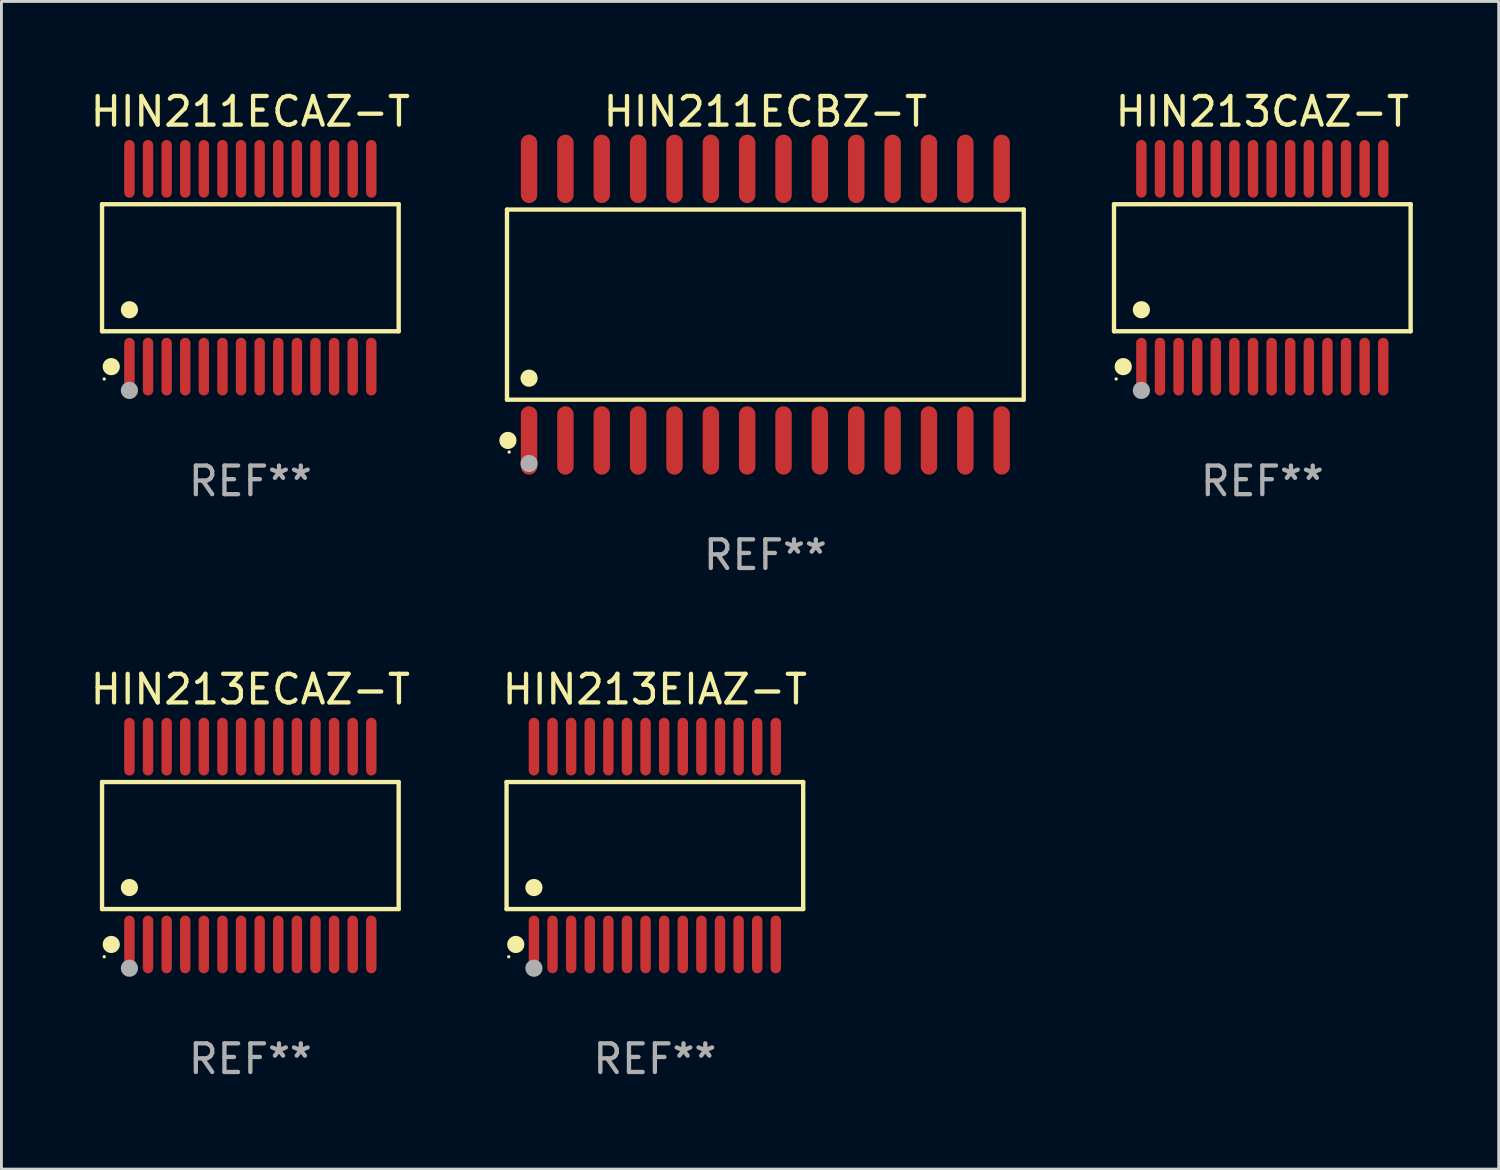
<source format=kicad_pcb>
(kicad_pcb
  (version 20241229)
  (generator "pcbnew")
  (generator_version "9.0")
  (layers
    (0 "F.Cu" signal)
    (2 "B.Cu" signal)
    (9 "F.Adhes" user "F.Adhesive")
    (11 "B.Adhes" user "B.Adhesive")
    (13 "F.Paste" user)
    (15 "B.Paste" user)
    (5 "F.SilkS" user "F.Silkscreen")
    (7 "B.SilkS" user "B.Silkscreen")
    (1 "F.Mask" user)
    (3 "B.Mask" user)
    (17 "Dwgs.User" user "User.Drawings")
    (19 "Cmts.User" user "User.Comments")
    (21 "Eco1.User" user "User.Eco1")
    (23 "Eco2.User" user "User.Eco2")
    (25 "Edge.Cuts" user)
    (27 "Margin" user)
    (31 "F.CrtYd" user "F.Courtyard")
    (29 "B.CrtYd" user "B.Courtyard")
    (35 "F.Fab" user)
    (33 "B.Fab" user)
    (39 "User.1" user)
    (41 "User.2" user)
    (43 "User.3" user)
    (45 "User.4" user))
  (footprint "HIN213CAZ-T"
    (layer "F.Cu")
    (at 41.047 6.303)
    (property "Reference" "HIN213CAZ-T" (at 0 -5.455 0) (layer "F.SilkS") (effects (font (size 1 1) (thickness 0.15))))
    (attr through_hole)
    (fp_line (start -5.181 -2.219) (end 5.181 -2.219) (stroke (width 0.152) (type solid)) (layer "F.SilkS"))
    (fp_line (start -5.181 2.219) (end -5.181 -2.219) (stroke (width 0.152) (type solid)) (layer "F.SilkS"))
    (fp_line (start 5.181 -2.219) (end 5.181 2.219) (stroke (width 0.152) (type solid)) (layer "F.SilkS"))
    (fp_line (start 5.181 2.219) (end -5.181 2.219) (stroke (width 0.152) (type solid)) (layer "F.SilkS"))
    (fp_circle (center -5.105 3.885) (end -5.075 3.885) (stroke (width 0.06) (type solid)) (fill no) (layer "F.SilkS"))
    (fp_circle (center -4.859 3.455) (end -4.709 3.455) (stroke (width 0.3) (type solid)) (fill no) (layer "F.SilkS"))
    (fp_circle (center -4.225 1.467) (end -4.075 1.467) (stroke (width 0.3) (type solid)) (fill no) (layer "F.SilkS"))
    (fp_circle (center -4.225 4.285) (end -4.075 4.285) (stroke (width 0.3) (type solid)) (fill no) (layer "F.Fab"))
    (fp_text user "REF**" (at 0 7.455 0) (layer "F.Fab") (effects (font (size 1 1) (thickness 0.15))))
    (pad "1" smd oval (at -4.225 3.455) (size 0.364 2.015) (layers "F.Cu" "F.Mask" "F.Paste"))
    (pad "2" smd oval (at -3.575 3.455) (size 0.364 2.015) (layers "F.Cu" "F.Mask" "F.Paste"))
    (pad "3" smd oval (at -2.925 3.455) (size 0.364 2.015) (layers "F.Cu" "F.Mask" "F.Paste"))
    (pad "4" smd oval (at -2.275 3.455) (size 0.364 2.015) (layers "F.Cu" "F.Mask" "F.Paste"))
    (pad "5" smd oval (at -1.625 3.455) (size 0.364 2.015) (layers "F.Cu" "F.Mask" "F.Paste"))
    (pad "6" smd oval (at -0.975 3.455) (size 0.364 2.015) (layers "F.Cu" "F.Mask" "F.Paste"))
    (pad "7" smd oval (at -0.325 3.455) (size 0.364 2.015) (layers "F.Cu" "F.Mask" "F.Paste"))
    (pad "8" smd oval (at 0.325 3.455) (size 0.364 2.015) (layers "F.Cu" "F.Mask" "F.Paste"))
    (pad "9" smd oval (at 0.975 3.455) (size 0.364 2.015) (layers "F.Cu" "F.Mask" "F.Paste"))
    (pad "10" smd oval (at 1.625 3.455) (size 0.364 2.015) (layers "F.Cu" "F.Mask" "F.Paste"))
    (pad "11" smd oval (at 2.275 3.455) (size 0.364 2.015) (layers "F.Cu" "F.Mask" "F.Paste"))
    (pad "12" smd oval (at 2.925 3.455) (size 0.364 2.015) (layers "F.Cu" "F.Mask" "F.Paste"))
    (pad "13" smd oval (at 3.575 3.455) (size 0.364 2.015) (layers "F.Cu" "F.Mask" "F.Paste"))
    (pad "14" smd oval (at 4.225 3.455) (size 0.364 2.015) (layers "F.Cu" "F.Mask" "F.Paste"))
    (pad "15" smd oval (at 4.225 -3.455) (size 0.364 2.015) (layers "F.Cu" "F.Mask" "F.Paste"))
    (pad "16" smd oval (at 3.575 -3.455) (size 0.364 2.015) (layers "F.Cu" "F.Mask" "F.Paste"))
    (pad "17" smd oval (at 2.925 -3.455) (size 0.364 2.015) (layers "F.Cu" "F.Mask" "F.Paste"))
    (pad "18" smd oval (at 2.275 -3.455) (size 0.364 2.015) (layers "F.Cu" "F.Mask" "F.Paste"))
    (pad "19" smd oval (at 1.625 -3.455) (size 0.364 2.015) (layers "F.Cu" "F.Mask" "F.Paste"))
    (pad "20" smd oval (at 0.975 -3.455) (size 0.364 2.015) (layers "F.Cu" "F.Mask" "F.Paste"))
    (pad "21" smd oval (at 0.325 -3.455) (size 0.364 2.015) (layers "F.Cu" "F.Mask" "F.Paste"))
    (pad "22" smd oval (at -0.325 -3.455) (size 0.364 2.015) (layers "F.Cu" "F.Mask" "F.Paste"))
    (pad "23" smd oval (at -0.975 -3.455) (size 0.364 2.015) (layers "F.Cu" "F.Mask" "F.Paste"))
    (pad "24" smd oval (at -1.625 -3.455) (size 0.364 2.015) (layers "F.Cu" "F.Mask" "F.Paste"))
    (pad "25" smd oval (at -2.275 -3.455) (size 0.364 2.015) (layers "F.Cu" "F.Mask" "F.Paste"))
    (pad "26" smd oval (at -2.925 -3.455) (size 0.364 2.015) (layers "F.Cu" "F.Mask" "F.Paste"))
    (pad "27" smd oval (at -3.575 -3.455) (size 0.364 2.015) (layers "F.Cu" "F.Mask" "F.Paste"))
    (pad "28" smd oval (at -4.225 -3.455) (size 0.364 2.015) (layers "F.Cu" "F.Mask" "F.Paste")))
  (footprint "HIN213ECAZ-T"
    (layer "F.Cu")
    (at 5.696 26.488)
    (property "Reference" "HIN213ECAZ-T" (at 0 -5.455 0) (layer "F.SilkS") (effects (font (size 1 1) (thickness 0.15))))
    (attr through_hole)
    (fp_line (start -5.181 -2.219) (end 5.181 -2.219) (stroke (width 0.152) (type solid)) (layer "F.SilkS"))
    (fp_line (start -5.181 2.219) (end -5.181 -2.219) (stroke (width 0.152) (type solid)) (layer "F.SilkS"))
    (fp_line (start 5.181 -2.219) (end 5.181 2.219) (stroke (width 0.152) (type solid)) (layer "F.SilkS"))
    (fp_line (start 5.181 2.219) (end -5.181 2.219) (stroke (width 0.152) (type solid)) (layer "F.SilkS"))
    (fp_circle (center -5.105 3.885) (end -5.075 3.885) (stroke (width 0.06) (type solid)) (fill no) (layer "F.SilkS"))
    (fp_circle (center -4.859 3.455) (end -4.709 3.455) (stroke (width 0.3) (type solid)) (fill no) (layer "F.SilkS"))
    (fp_circle (center -4.225 1.467) (end -4.075 1.467) (stroke (width 0.3) (type solid)) (fill no) (layer "F.SilkS"))
    (fp_circle (center -4.225 4.285) (end -4.075 4.285) (stroke (width 0.3) (type solid)) (fill no) (layer "F.Fab"))
    (fp_text user "REF**" (at 0 7.455 0) (layer "F.Fab") (effects (font (size 1 1) (thickness 0.15))))
    (pad "1" smd oval (at -4.225 3.455) (size 0.364 2.015) (layers "F.Cu" "F.Mask" "F.Paste"))
    (pad "2" smd oval (at -3.575 3.455) (size 0.364 2.015) (layers "F.Cu" "F.Mask" "F.Paste"))
    (pad "3" smd oval (at -2.925 3.455) (size 0.364 2.015) (layers "F.Cu" "F.Mask" "F.Paste"))
    (pad "4" smd oval (at -2.275 3.455) (size 0.364 2.015) (layers "F.Cu" "F.Mask" "F.Paste"))
    (pad "5" smd oval (at -1.625 3.455) (size 0.364 2.015) (layers "F.Cu" "F.Mask" "F.Paste"))
    (pad "6" smd oval (at -0.975 3.455) (size 0.364 2.015) (layers "F.Cu" "F.Mask" "F.Paste"))
    (pad "7" smd oval (at -0.325 3.455) (size 0.364 2.015) (layers "F.Cu" "F.Mask" "F.Paste"))
    (pad "8" smd oval (at 0.325 3.455) (size 0.364 2.015) (layers "F.Cu" "F.Mask" "F.Paste"))
    (pad "9" smd oval (at 0.975 3.455) (size 0.364 2.015) (layers "F.Cu" "F.Mask" "F.Paste"))
    (pad "10" smd oval (at 1.625 3.455) (size 0.364 2.015) (layers "F.Cu" "F.Mask" "F.Paste"))
    (pad "11" smd oval (at 2.275 3.455) (size 0.364 2.015) (layers "F.Cu" "F.Mask" "F.Paste"))
    (pad "12" smd oval (at 2.925 3.455) (size 0.364 2.015) (layers "F.Cu" "F.Mask" "F.Paste"))
    (pad "13" smd oval (at 3.575 3.455) (size 0.364 2.015) (layers "F.Cu" "F.Mask" "F.Paste"))
    (pad "14" smd oval (at 4.225 3.455) (size 0.364 2.015) (layers "F.Cu" "F.Mask" "F.Paste"))
    (pad "15" smd oval (at 4.225 -3.455) (size 0.364 2.015) (layers "F.Cu" "F.Mask" "F.Paste"))
    (pad "16" smd oval (at 3.575 -3.455) (size 0.364 2.015) (layers "F.Cu" "F.Mask" "F.Paste"))
    (pad "17" smd oval (at 2.925 -3.455) (size 0.364 2.015) (layers "F.Cu" "F.Mask" "F.Paste"))
    (pad "18" smd oval (at 2.275 -3.455) (size 0.364 2.015) (layers "F.Cu" "F.Mask" "F.Paste"))
    (pad "19" smd oval (at 1.625 -3.455) (size 0.364 2.015) (layers "F.Cu" "F.Mask" "F.Paste"))
    (pad "20" smd oval (at 0.975 -3.455) (size 0.364 2.015) (layers "F.Cu" "F.Mask" "F.Paste"))
    (pad "21" smd oval (at 0.325 -3.455) (size 0.364 2.015) (layers "F.Cu" "F.Mask" "F.Paste"))
    (pad "22" smd oval (at -0.325 -3.455) (size 0.364 2.015) (layers "F.Cu" "F.Mask" "F.Paste"))
    (pad "23" smd oval (at -0.975 -3.455) (size 0.364 2.015) (layers "F.Cu" "F.Mask" "F.Paste"))
    (pad "24" smd oval (at -1.625 -3.455) (size 0.364 2.015) (layers "F.Cu" "F.Mask" "F.Paste"))
    (pad "25" smd oval (at -2.275 -3.455) (size 0.364 2.015) (layers "F.Cu" "F.Mask" "F.Paste"))
    (pad "26" smd oval (at -2.925 -3.455) (size 0.364 2.015) (layers "F.Cu" "F.Mask" "F.Paste"))
    (pad "27" smd oval (at -3.575 -3.455) (size 0.364 2.015) (layers "F.Cu" "F.Mask" "F.Paste"))
    (pad "28" smd oval (at -4.225 -3.455) (size 0.364 2.015) (layers "F.Cu" "F.Mask" "F.Paste")))
  (footprint "HIN211ECAZ-T"
    (layer "F.Cu")
    (at 5.696 6.303)
    (property "Reference" "HIN211ECAZ-T" (at 0 -5.455 0) (layer "F.SilkS") (effects (font (size 1 1) (thickness 0.15))))
    (attr through_hole)
    (fp_line (start -5.181 -2.219) (end 5.181 -2.219) (stroke (width 0.152) (type solid)) (layer "F.SilkS"))
    (fp_line (start -5.181 2.219) (end -5.181 -2.219) (stroke (width 0.152) (type solid)) (layer "F.SilkS"))
    (fp_line (start 5.181 -2.219) (end 5.181 2.219) (stroke (width 0.152) (type solid)) (layer "F.SilkS"))
    (fp_line (start 5.181 2.219) (end -5.181 2.219) (stroke (width 0.152) (type solid)) (layer "F.SilkS"))
    (fp_circle (center -5.105 3.885) (end -5.075 3.885) (stroke (width 0.06) (type solid)) (fill no) (layer "F.SilkS"))
    (fp_circle (center -4.859 3.455) (end -4.709 3.455) (stroke (width 0.3) (type solid)) (fill no) (layer "F.SilkS"))
    (fp_circle (center -4.225 1.467) (end -4.075 1.467) (stroke (width 0.3) (type solid)) (fill no) (layer "F.SilkS"))
    (fp_circle (center -4.225 4.285) (end -4.075 4.285) (stroke (width 0.3) (type solid)) (fill no) (layer "F.Fab"))
    (fp_text user "REF**" (at 0 7.455 0) (layer "F.Fab") (effects (font (size 1 1) (thickness 0.15))))
    (pad "1" smd oval (at -4.225 3.455) (size 0.364 2.015) (layers "F.Cu" "F.Mask" "F.Paste"))
    (pad "2" smd oval (at -3.575 3.455) (size 0.364 2.015) (layers "F.Cu" "F.Mask" "F.Paste"))
    (pad "3" smd oval (at -2.925 3.455) (size 0.364 2.015) (layers "F.Cu" "F.Mask" "F.Paste"))
    (pad "4" smd oval (at -2.275 3.455) (size 0.364 2.015) (layers "F.Cu" "F.Mask" "F.Paste"))
    (pad "5" smd oval (at -1.625 3.455) (size 0.364 2.015) (layers "F.Cu" "F.Mask" "F.Paste"))
    (pad "6" smd oval (at -0.975 3.455) (size 0.364 2.015) (layers "F.Cu" "F.Mask" "F.Paste"))
    (pad "7" smd oval (at -0.325 3.455) (size 0.364 2.015) (layers "F.Cu" "F.Mask" "F.Paste"))
    (pad "8" smd oval (at 0.325 3.455) (size 0.364 2.015) (layers "F.Cu" "F.Mask" "F.Paste"))
    (pad "9" smd oval (at 0.975 3.455) (size 0.364 2.015) (layers "F.Cu" "F.Mask" "F.Paste"))
    (pad "10" smd oval (at 1.625 3.455) (size 0.364 2.015) (layers "F.Cu" "F.Mask" "F.Paste"))
    (pad "11" smd oval (at 2.275 3.455) (size 0.364 2.015) (layers "F.Cu" "F.Mask" "F.Paste"))
    (pad "12" smd oval (at 2.925 3.455) (size 0.364 2.015) (layers "F.Cu" "F.Mask" "F.Paste"))
    (pad "13" smd oval (at 3.575 3.455) (size 0.364 2.015) (layers "F.Cu" "F.Mask" "F.Paste"))
    (pad "14" smd oval (at 4.225 3.455) (size 0.364 2.015) (layers "F.Cu" "F.Mask" "F.Paste"))
    (pad "15" smd oval (at 4.225 -3.455) (size 0.364 2.015) (layers "F.Cu" "F.Mask" "F.Paste"))
    (pad "16" smd oval (at 3.575 -3.455) (size 0.364 2.015) (layers "F.Cu" "F.Mask" "F.Paste"))
    (pad "17" smd oval (at 2.925 -3.455) (size 0.364 2.015) (layers "F.Cu" "F.Mask" "F.Paste"))
    (pad "18" smd oval (at 2.275 -3.455) (size 0.364 2.015) (layers "F.Cu" "F.Mask" "F.Paste"))
    (pad "19" smd oval (at 1.625 -3.455) (size 0.364 2.015) (layers "F.Cu" "F.Mask" "F.Paste"))
    (pad "20" smd oval (at 0.975 -3.455) (size 0.364 2.015) (layers "F.Cu" "F.Mask" "F.Paste"))
    (pad "21" smd oval (at 0.325 -3.455) (size 0.364 2.015) (layers "F.Cu" "F.Mask" "F.Paste"))
    (pad "22" smd oval (at -0.325 -3.455) (size 0.364 2.015) (layers "F.Cu" "F.Mask" "F.Paste"))
    (pad "23" smd oval (at -0.975 -3.455) (size 0.364 2.015) (layers "F.Cu" "F.Mask" "F.Paste"))
    (pad "24" smd oval (at -1.625 -3.455) (size 0.364 2.015) (layers "F.Cu" "F.Mask" "F.Paste"))
    (pad "25" smd oval (at -2.275 -3.455) (size 0.364 2.015) (layers "F.Cu" "F.Mask" "F.Paste"))
    (pad "26" smd oval (at -2.925 -3.455) (size 0.364 2.015) (layers "F.Cu" "F.Mask" "F.Paste"))
    (pad "27" smd oval (at -3.575 -3.455) (size 0.364 2.015) (layers "F.Cu" "F.Mask" "F.Paste"))
    (pad "28" smd oval (at -4.225 -3.455) (size 0.364 2.015) (layers "F.Cu" "F.Mask" "F.Paste")))
  (footprint "HIN211ECBZ-T"
    (layer "F.Cu")
    (at 23.687 7.592)
    (property "Reference" "HIN211ECBZ-T" (at 0 -6.744 0) (layer "F.SilkS") (effects (font (size 1 1) (thickness 0.15))))
    (attr through_hole)
    (fp_line (start -9.026 -3.321) (end 9.026 -3.321) (stroke (width 0.152) (type solid)) (layer "F.SilkS"))
    (fp_line (start -9.026 3.321) (end -9.026 -3.321) (stroke (width 0.152) (type solid)) (layer "F.SilkS"))
    (fp_line (start 9.026 -3.321) (end 9.026 3.321) (stroke (width 0.152) (type solid)) (layer "F.SilkS"))
    (fp_line (start 9.026 3.321) (end -9.026 3.321) (stroke (width 0.152) (type solid)) (layer "F.SilkS"))
    (fp_circle (center -8.994 4.744) (end -8.844 4.744) (stroke (width 0.3) (type solid)) (fill no) (layer "F.SilkS"))
    (fp_circle (center -8.95 5.15) (end -8.92 5.15) (stroke (width 0.06) (type solid)) (fill no) (layer "F.SilkS"))
    (fp_circle (center -8.255 2.569) (end -8.105 2.569) (stroke (width 0.3) (type solid)) (fill no) (layer "F.SilkS"))
    (fp_circle (center -8.255 5.55) (end -8.105 5.55) (stroke (width 0.3) (type solid)) (fill no) (layer "F.Fab"))
    (fp_text user "REF**" (at 0 8.744 0) (layer "F.Fab") (effects (font (size 1 1) (thickness 0.15))))
    (pad "1" smd oval (at -8.255 4.744) (size 0.574 2.388) (layers "F.Cu" "F.Mask" "F.Paste"))
    (pad "2" smd oval (at -6.985 4.744) (size 0.574 2.388) (layers "F.Cu" "F.Mask" "F.Paste"))
    (pad "3" smd oval (at -5.715 4.744) (size 0.574 2.388) (layers "F.Cu" "F.Mask" "F.Paste"))
    (pad "4" smd oval (at -4.445 4.744) (size 0.574 2.388) (layers "F.Cu" "F.Mask" "F.Paste"))
    (pad "5" smd oval (at -3.175 4.744) (size 0.574 2.388) (layers "F.Cu" "F.Mask" "F.Paste"))
    (pad "6" smd oval (at -1.905 4.744) (size 0.574 2.388) (layers "F.Cu" "F.Mask" "F.Paste"))
    (pad "7" smd oval (at -0.635 4.744) (size 0.574 2.388) (layers "F.Cu" "F.Mask" "F.Paste"))
    (pad "8" smd oval (at 0.635 4.744) (size 0.574 2.388) (layers "F.Cu" "F.Mask" "F.Paste"))
    (pad "9" smd oval (at 1.905 4.744) (size 0.574 2.388) (layers "F.Cu" "F.Mask" "F.Paste"))
    (pad "10" smd oval (at 3.175 4.744) (size 0.574 2.388) (layers "F.Cu" "F.Mask" "F.Paste"))
    (pad "11" smd oval (at 4.445 4.744) (size 0.574 2.388) (layers "F.Cu" "F.Mask" "F.Paste"))
    (pad "12" smd oval (at 5.715 4.744) (size 0.574 2.388) (layers "F.Cu" "F.Mask" "F.Paste"))
    (pad "13" smd oval (at 6.985 4.744) (size 0.574 2.388) (layers "F.Cu" "F.Mask" "F.Paste"))
    (pad "14" smd oval (at 8.255 4.744) (size 0.574 2.388) (layers "F.Cu" "F.Mask" "F.Paste"))
    (pad "15" smd oval (at 8.255 -4.744) (size 0.574 2.388) (layers "F.Cu" "F.Mask" "F.Paste"))
    (pad "16" smd oval (at 6.985 -4.744) (size 0.574 2.388) (layers "F.Cu" "F.Mask" "F.Paste"))
    (pad "17" smd oval (at 5.715 -4.744) (size 0.574 2.388) (layers "F.Cu" "F.Mask" "F.Paste"))
    (pad "18" smd oval (at 4.445 -4.744) (size 0.574 2.388) (layers "F.Cu" "F.Mask" "F.Paste"))
    (pad "19" smd oval (at 3.175 -4.744) (size 0.574 2.388) (layers "F.Cu" "F.Mask" "F.Paste"))
    (pad "20" smd oval (at 1.905 -4.744) (size 0.574 2.388) (layers "F.Cu" "F.Mask" "F.Paste"))
    (pad "21" smd oval (at 0.635 -4.744) (size 0.574 2.388) (layers "F.Cu" "F.Mask" "F.Paste"))
    (pad "22" smd oval (at -0.635 -4.744) (size 0.574 2.388) (layers "F.Cu" "F.Mask" "F.Paste"))
    (pad "23" smd oval (at -1.905 -4.744) (size 0.574 2.388) (layers "F.Cu" "F.Mask" "F.Paste"))
    (pad "24" smd oval (at -3.175 -4.744) (size 0.574 2.388) (layers "F.Cu" "F.Mask" "F.Paste"))
    (pad "25" smd oval (at -4.445 -4.744) (size 0.574 2.388) (layers "F.Cu" "F.Mask" "F.Paste"))
    (pad "26" smd oval (at -5.715 -4.744) (size 0.574 2.388) (layers "F.Cu" "F.Mask" "F.Paste"))
    (pad "27" smd oval (at -6.985 -4.744) (size 0.574 2.388) (layers "F.Cu" "F.Mask" "F.Paste"))
    (pad "28" smd oval (at -8.255 -4.744) (size 0.574 2.388) (layers "F.Cu" "F.Mask" "F.Paste")))
  (footprint "HIN213EIAZ-T"
    (layer "F.Cu")
    (at 19.827 26.488)
    (property "Reference" "HIN213EIAZ-T" (at 0 -5.455 0) (layer "F.SilkS") (effects (font (size 1 1) (thickness 0.15))))
    (attr through_hole)
    (fp_line (start -5.181 -2.219) (end 5.181 -2.219) (stroke (width 0.152) (type solid)) (layer "F.SilkS"))
    (fp_line (start -5.181 2.219) (end -5.181 -2.219) (stroke (width 0.152) (type solid)) (layer "F.SilkS"))
    (fp_line (start 5.181 -2.219) (end 5.181 2.219) (stroke (width 0.152) (type solid)) (layer "F.SilkS"))
    (fp_line (start 5.181 2.219) (end -5.181 2.219) (stroke (width 0.152) (type solid)) (layer "F.SilkS"))
    (fp_circle (center -5.105 3.885) (end -5.075 3.885) (stroke (width 0.06) (type solid)) (fill no) (layer "F.SilkS"))
    (fp_circle (center -4.859 3.455) (end -4.709 3.455) (stroke (width 0.3) (type solid)) (fill no) (layer "F.SilkS"))
    (fp_circle (center -4.225 1.467) (end -4.075 1.467) (stroke (width 0.3) (type solid)) (fill no) (layer "F.SilkS"))
    (fp_circle (center -4.225 4.285) (end -4.075 4.285) (stroke (width 0.3) (type solid)) (fill no) (layer "F.Fab"))
    (fp_text user "REF**" (at 0 7.455 0) (layer "F.Fab") (effects (font (size 1 1) (thickness 0.15))))
    (pad "1" smd oval (at -4.225 3.455) (size 0.364 2.015) (layers "F.Cu" "F.Mask" "F.Paste"))
    (pad "2" smd oval (at -3.575 3.455) (size 0.364 2.015) (layers "F.Cu" "F.Mask" "F.Paste"))
    (pad "3" smd oval (at -2.925 3.455) (size 0.364 2.015) (layers "F.Cu" "F.Mask" "F.Paste"))
    (pad "4" smd oval (at -2.275 3.455) (size 0.364 2.015) (layers "F.Cu" "F.Mask" "F.Paste"))
    (pad "5" smd oval (at -1.625 3.455) (size 0.364 2.015) (layers "F.Cu" "F.Mask" "F.Paste"))
    (pad "6" smd oval (at -0.975 3.455) (size 0.364 2.015) (layers "F.Cu" "F.Mask" "F.Paste"))
    (pad "7" smd oval (at -0.325 3.455) (size 0.364 2.015) (layers "F.Cu" "F.Mask" "F.Paste"))
    (pad "8" smd oval (at 0.325 3.455) (size 0.364 2.015) (layers "F.Cu" "F.Mask" "F.Paste"))
    (pad "9" smd oval (at 0.975 3.455) (size 0.364 2.015) (layers "F.Cu" "F.Mask" "F.Paste"))
    (pad "10" smd oval (at 1.625 3.455) (size 0.364 2.015) (layers "F.Cu" "F.Mask" "F.Paste"))
    (pad "11" smd oval (at 2.275 3.455) (size 0.364 2.015) (layers "F.Cu" "F.Mask" "F.Paste"))
    (pad "12" smd oval (at 2.925 3.455) (size 0.364 2.015) (layers "F.Cu" "F.Mask" "F.Paste"))
    (pad "13" smd oval (at 3.575 3.455) (size 0.364 2.015) (layers "F.Cu" "F.Mask" "F.Paste"))
    (pad "14" smd oval (at 4.225 3.455) (size 0.364 2.015) (layers "F.Cu" "F.Mask" "F.Paste"))
    (pad "15" smd oval (at 4.225 -3.455) (size 0.364 2.015) (layers "F.Cu" "F.Mask" "F.Paste"))
    (pad "16" smd oval (at 3.575 -3.455) (size 0.364 2.015) (layers "F.Cu" "F.Mask" "F.Paste"))
    (pad "17" smd oval (at 2.925 -3.455) (size 0.364 2.015) (layers "F.Cu" "F.Mask" "F.Paste"))
    (pad "18" smd oval (at 2.275 -3.455) (size 0.364 2.015) (layers "F.Cu" "F.Mask" "F.Paste"))
    (pad "19" smd oval (at 1.625 -3.455) (size 0.364 2.015) (layers "F.Cu" "F.Mask" "F.Paste"))
    (pad "20" smd oval (at 0.975 -3.455) (size 0.364 2.015) (layers "F.Cu" "F.Mask" "F.Paste"))
    (pad "21" smd oval (at 0.325 -3.455) (size 0.364 2.015) (layers "F.Cu" "F.Mask" "F.Paste"))
    (pad "22" smd oval (at -0.325 -3.455) (size 0.364 2.015) (layers "F.Cu" "F.Mask" "F.Paste"))
    (pad "23" smd oval (at -0.975 -3.455) (size 0.364 2.015) (layers "F.Cu" "F.Mask" "F.Paste"))
    (pad "24" smd oval (at -1.625 -3.455) (size 0.364 2.015) (layers "F.Cu" "F.Mask" "F.Paste"))
    (pad "25" smd oval (at -2.275 -3.455) (size 0.364 2.015) (layers "F.Cu" "F.Mask" "F.Paste"))
    (pad "26" smd oval (at -2.925 -3.455) (size 0.364 2.015) (layers "F.Cu" "F.Mask" "F.Paste"))
    (pad "27" smd oval (at -3.575 -3.455) (size 0.364 2.015) (layers "F.Cu" "F.Mask" "F.Paste"))
    (pad "28" smd oval (at -4.225 -3.455) (size 0.364 2.015) (layers "F.Cu" "F.Mask" "F.Paste")))
  (gr_rect
    (start -3 -3)
    (end 49.305 37.791)
    (stroke (width 0.1) (type default))
    (fill no)
    (layer "Edge.Cuts")))
</source>
